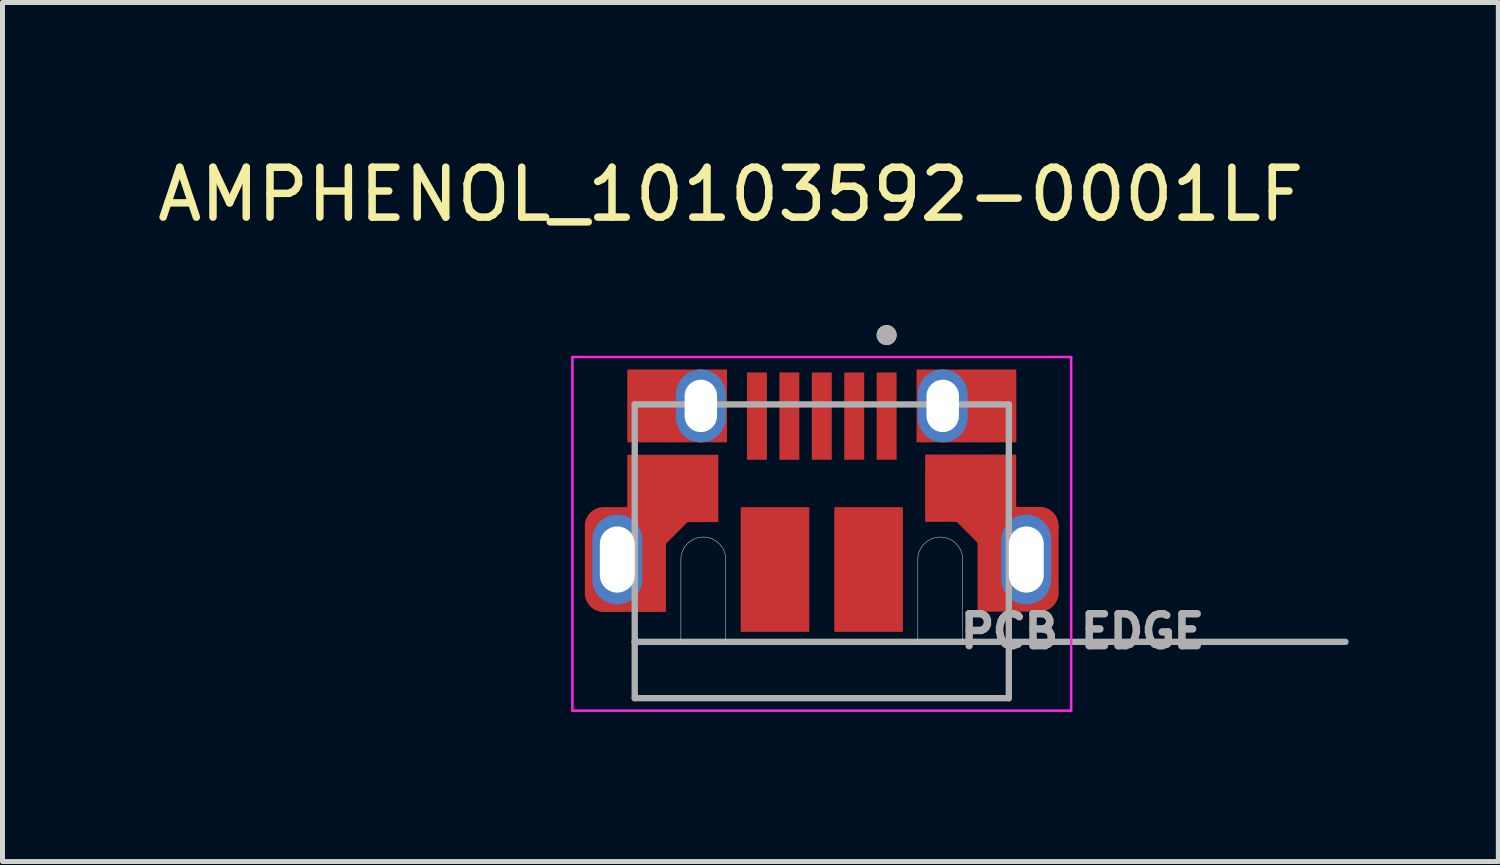
<source format=kicad_pcb>
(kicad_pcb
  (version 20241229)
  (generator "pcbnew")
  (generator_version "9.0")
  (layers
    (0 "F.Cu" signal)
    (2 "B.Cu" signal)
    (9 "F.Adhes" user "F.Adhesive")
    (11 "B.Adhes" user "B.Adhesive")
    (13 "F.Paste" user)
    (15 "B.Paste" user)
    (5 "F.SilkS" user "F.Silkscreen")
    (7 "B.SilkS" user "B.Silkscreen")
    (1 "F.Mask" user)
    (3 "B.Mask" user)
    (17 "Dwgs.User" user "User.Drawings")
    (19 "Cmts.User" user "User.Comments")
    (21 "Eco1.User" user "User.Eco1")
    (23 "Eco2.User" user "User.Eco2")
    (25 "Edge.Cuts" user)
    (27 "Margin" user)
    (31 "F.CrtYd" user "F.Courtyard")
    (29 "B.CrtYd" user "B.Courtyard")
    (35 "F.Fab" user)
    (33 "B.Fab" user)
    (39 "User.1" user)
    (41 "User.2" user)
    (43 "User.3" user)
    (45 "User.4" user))
  (footprint "AMPHENOL_10103592-0001LF"
    (layer "F.Cu")
    (at 13.426 9.818)
    (property "Reference" "AMPHENOL_10103592-0001LF" (at -1.825 -8.97 0) (layer "F.SilkS") (effects (font (size 1 1) (thickness 0.15))))
    (attr through_hole)
    (fp_poly (pts (xy -4 -5.56) (xy -1.8 -5.56) (xy -1.8 -3.9) (xy -4 -3.9)) (stroke (width 0.01) (type solid)) (fill yes) (layer "F.Mask"))
    (fp_poly (pts (xy 4 -5.56) (xy 1.8 -5.56) (xy 1.8 -3.9) (xy 4 -3.9)) (stroke (width 0.01) (type solid)) (fill yes) (layer "F.Mask"))
    (fp_poly (pts (xy -3.025 -0.5) (xy -4.35 -0.5) (xy -4.376 -0.501) (xy -4.402 -0.503) (xy -4.428 -0.506) (xy -4.454 -0.511) (xy -4.479 -0.517) (xy -4.505 -0.524) (xy -4.529 -0.533) (xy -4.553 -0.543) (xy -4.577 -0.554) (xy -4.6 -0.567) (xy -4.622 -0.581) (xy -4.644 -0.595) (xy -4.665 -0.611) (xy -4.685 -0.628) (xy -4.704 -0.646) (xy -4.722 -0.665) (xy -4.739 -0.685) (xy -4.755 -0.706) (xy -4.769 -0.728) (xy -4.783 -0.75) (xy -4.796 -0.773) (xy -4.807 -0.797) (xy -4.817 -0.821) (xy -4.826 -0.845) (xy -4.833 -0.871) (xy -4.839 -0.896) (xy -4.844 -0.922) (xy -4.847 -0.948) (xy -4.849 -0.974) (xy -4.85 -1) (xy -4.85 -2.3) (xy -4.849 -2.326) (xy -4.847 -2.352) (xy -4.844 -2.378) (xy -4.839 -2.404) (xy -4.833 -2.429) (xy -4.826 -2.455) (xy -4.817 -2.479) (xy -4.807 -2.503) (xy -4.796 -2.527) (xy -4.783 -2.55) (xy -4.769 -2.572) (xy -4.755 -2.594) (xy -4.739 -2.615) (xy -4.722 -2.635) (xy -4.704 -2.654) (xy -4.685 -2.672) (xy -4.665 -2.689) (xy -4.644 -2.705) (xy -4.622 -2.719) (xy -4.6 -2.733) (xy -4.577 -2.746) (xy -4.553 -2.757) (xy -4.529 -2.767) (xy -4.505 -2.776) (xy -4.479 -2.783) (xy -4.454 -2.789) (xy -4.428 -2.794) (xy -4.402 -2.797) (xy -4.376 -2.799) (xy -4.35 -2.8) (xy -4 -2.8) (xy -4 -3.85) (xy -1.975 -3.85) (xy -1.975 -2.3) (xy -2.375 -2.3) (xy -2.409 -2.299) (xy -2.443 -2.296) (xy -2.477 -2.292) (xy -2.51 -2.286) (xy -2.543 -2.278) (xy -2.576 -2.268) (xy -2.608 -2.257) (xy -2.639 -2.244) (xy -2.67 -2.229) (xy -2.7 -2.213) (xy -2.729 -2.195) (xy -2.757 -2.176) (xy -2.784 -2.155) (xy -2.81 -2.133) (xy -2.835 -2.11) (xy -2.858 -2.085) (xy -2.88 -2.059) (xy -2.901 -2.032) (xy -2.92 -2.004) (xy -2.938 -1.975) (xy -2.954 -1.945) (xy -2.969 -1.914) (xy -2.982 -1.883) (xy -2.993 -1.851) (xy -3.003 -1.818) (xy -3.011 -1.785) (xy -3.017 -1.752) (xy -3.021 -1.718) (xy -3.024 -1.684) (xy -3.025 -1.65) (xy -3.025 -0.5)) (stroke (width 0.01) (type solid)) (fill yes) (layer "F.Mask"))
    (fp_poly (pts (xy 3.025 -0.5) (xy 4.35 -0.5) (xy 4.376 -0.501) (xy 4.402 -0.503) (xy 4.428 -0.506) (xy 4.454 -0.511) (xy 4.479 -0.517) (xy 4.505 -0.524) (xy 4.529 -0.533) (xy 4.553 -0.543) (xy 4.577 -0.554) (xy 4.6 -0.567) (xy 4.622 -0.581) (xy 4.644 -0.595) (xy 4.665 -0.611) (xy 4.685 -0.628) (xy 4.704 -0.646) (xy 4.722 -0.665) (xy 4.739 -0.685) (xy 4.755 -0.706) (xy 4.769 -0.728) (xy 4.783 -0.75) (xy 4.796 -0.773) (xy 4.807 -0.797) (xy 4.817 -0.821) (xy 4.826 -0.845) (xy 4.833 -0.871) (xy 4.839 -0.896) (xy 4.844 -0.922) (xy 4.847 -0.948) (xy 4.849 -0.974) (xy 4.85 -1) (xy 4.85 -2.3) (xy 4.849 -2.326) (xy 4.847 -2.352) (xy 4.844 -2.378) (xy 4.839 -2.404) (xy 4.833 -2.429) (xy 4.826 -2.455) (xy 4.817 -2.479) (xy 4.807 -2.503) (xy 4.796 -2.527) (xy 4.783 -2.55) (xy 4.769 -2.572) (xy 4.755 -2.594) (xy 4.739 -2.615) (xy 4.722 -2.635) (xy 4.704 -2.654) (xy 4.685 -2.672) (xy 4.665 -2.689) (xy 4.644 -2.705) (xy 4.622 -2.719) (xy 4.6 -2.733) (xy 4.577 -2.746) (xy 4.553 -2.757) (xy 4.529 -2.767) (xy 4.505 -2.776) (xy 4.479 -2.783) (xy 4.454 -2.789) (xy 4.428 -2.794) (xy 4.402 -2.797) (xy 4.376 -2.799) (xy 4.35 -2.8) (xy 4 -2.8) (xy 4 -3.85) (xy 1.975 -3.85) (xy 1.975 -2.3) (xy 2.375 -2.3) (xy 2.409 -2.299) (xy 2.443 -2.296) (xy 2.477 -2.292) (xy 2.51 -2.286) (xy 2.543 -2.278) (xy 2.576 -2.268) (xy 2.608 -2.257) (xy 2.639 -2.244) (xy 2.67 -2.229) (xy 2.7 -2.213) (xy 2.729 -2.195) (xy 2.757 -2.176) (xy 2.784 -2.155) (xy 2.81 -2.133) (xy 2.835 -2.11) (xy 2.858 -2.085) (xy 2.88 -2.059) (xy 2.901 -2.032) (xy 2.92 -2.004) (xy 2.938 -1.975) (xy 2.954 -1.945) (xy 2.969 -1.914) (xy 2.982 -1.883) (xy 2.993 -1.851) (xy 3.003 -1.818) (xy 3.011 -1.785) (xy 3.017 -1.752) (xy 3.021 -1.718) (xy 3.024 -1.684) (xy 3.025 -1.65) (xy 3.025 -0.5)) (stroke (width 0.01) (type solid)) (fill yes) (layer "F.Mask"))
    (fp_circle (center 1.3 -6.15) (end 1.4 -6.15) (stroke (width 0.2) (type solid)) (fill no) (layer "F.SilkS"))
    (fp_poly (pts (xy -3.9 -5.46) (xy -1.9 -5.46) (xy -1.9 -4) (xy -3.9 -4)) (stroke (width 0.01) (type solid)) (fill yes) (layer "F.Paste"))
    (fp_poly (pts (xy 3.9 -5.46) (xy 1.9 -5.46) (xy 1.9 -4) (xy 3.9 -4)) (stroke (width 0.01) (type solid)) (fill yes) (layer "F.Paste"))
    (fp_poly (pts (xy -3.125 -0.6) (xy -4.35 -0.6) (xy -4.371 -0.601) (xy -4.392 -0.602) (xy -4.413 -0.605) (xy -4.433 -0.609) (xy -4.454 -0.614) (xy -4.474 -0.62) (xy -4.493 -0.627) (xy -4.513 -0.635) (xy -4.532 -0.644) (xy -4.55 -0.654) (xy -4.568 -0.665) (xy -4.585 -0.676) (xy -4.602 -0.689) (xy -4.618 -0.703) (xy -4.633 -0.717) (xy -4.647 -0.732) (xy -4.661 -0.748) (xy -4.674 -0.765) (xy -4.685 -0.782) (xy -4.696 -0.8) (xy -4.706 -0.818) (xy -4.715 -0.837) (xy -4.723 -0.857) (xy -4.73 -0.876) (xy -4.736 -0.896) (xy -4.741 -0.917) (xy -4.745 -0.937) (xy -4.748 -0.958) (xy -4.749 -0.979) (xy -4.75 -1) (xy -4.75 -2.3) (xy -4.749 -2.321) (xy -4.748 -2.342) (xy -4.745 -2.363) (xy -4.741 -2.383) (xy -4.736 -2.404) (xy -4.73 -2.424) (xy -4.723 -2.443) (xy -4.715 -2.463) (xy -4.706 -2.482) (xy -4.696 -2.5) (xy -4.685 -2.518) (xy -4.674 -2.535) (xy -4.661 -2.552) (xy -4.647 -2.568) (xy -4.633 -2.583) (xy -4.618 -2.597) (xy -4.602 -2.611) (xy -4.585 -2.624) (xy -4.568 -2.635) (xy -4.55 -2.646) (xy -4.532 -2.656) (xy -4.513 -2.665) (xy -4.493 -2.673) (xy -4.474 -2.68) (xy -4.454 -2.686) (xy -4.433 -2.691) (xy -4.413 -2.695) (xy -4.392 -2.698) (xy -4.371 -2.699) (xy -4.35 -2.7) (xy -3.9 -2.7) (xy -3.9 -3.75) (xy -2.075 -3.75) (xy -2.075 -2.4) (xy -2.375 -2.4) (xy -2.414 -2.399) (xy -2.453 -2.396) (xy -2.492 -2.391) (xy -2.531 -2.384) (xy -2.569 -2.374) (xy -2.607 -2.363) (xy -2.644 -2.35) (xy -2.68 -2.335) (xy -2.715 -2.318) (xy -2.75 -2.3) (xy -2.783 -2.279) (xy -2.816 -2.257) (xy -2.847 -2.233) (xy -2.877 -2.207) (xy -2.905 -2.18) (xy -2.932 -2.152) (xy -2.958 -2.122) (xy -2.982 -2.091) (xy -3.004 -2.058) (xy -3.025 -2.025) (xy -3.043 -1.99) (xy -3.06 -1.955) (xy -3.075 -1.919) (xy -3.088 -1.882) (xy -3.099 -1.844) (xy -3.109 -1.806) (xy -3.116 -1.767) (xy -3.121 -1.728) (xy -3.124 -1.689) (xy -3.125 -1.65) (xy -3.125 -0.6)) (stroke (width 0.01) (type solid)) (fill yes) (layer "F.Paste"))
    (fp_poly (pts (xy 3.125 -0.6) (xy 4.35 -0.6) (xy 4.371 -0.601) (xy 4.392 -0.602) (xy 4.413 -0.605) (xy 4.433 -0.609) (xy 4.454 -0.614) (xy 4.474 -0.62) (xy 4.493 -0.627) (xy 4.513 -0.635) (xy 4.532 -0.644) (xy 4.55 -0.654) (xy 4.568 -0.665) (xy 4.585 -0.676) (xy 4.602 -0.689) (xy 4.618 -0.703) (xy 4.633 -0.717) (xy 4.647 -0.732) (xy 4.661 -0.748) (xy 4.674 -0.765) (xy 4.685 -0.782) (xy 4.696 -0.8) (xy 4.706 -0.818) (xy 4.715 -0.837) (xy 4.723 -0.857) (xy 4.73 -0.876) (xy 4.736 -0.896) (xy 4.741 -0.917) (xy 4.745 -0.937) (xy 4.748 -0.958) (xy 4.749 -0.979) (xy 4.75 -1) (xy 4.75 -2.3) (xy 4.749 -2.321) (xy 4.748 -2.342) (xy 4.745 -2.363) (xy 4.741 -2.383) (xy 4.736 -2.404) (xy 4.73 -2.424) (xy 4.723 -2.443) (xy 4.715 -2.463) (xy 4.706 -2.482) (xy 4.696 -2.5) (xy 4.685 -2.518) (xy 4.674 -2.535) (xy 4.661 -2.552) (xy 4.647 -2.568) (xy 4.633 -2.583) (xy 4.618 -2.597) (xy 4.602 -2.611) (xy 4.585 -2.624) (xy 4.568 -2.635) (xy 4.55 -2.646) (xy 4.532 -2.656) (xy 4.513 -2.665) (xy 4.493 -2.673) (xy 4.474 -2.68) (xy 4.454 -2.686) (xy 4.433 -2.691) (xy 4.413 -2.695) (xy 4.392 -2.698) (xy 4.371 -2.699) (xy 4.35 -2.7) (xy 3.9 -2.7) (xy 3.9 -3.75) (xy 2.075 -3.75) (xy 2.075 -2.4) (xy 2.375 -2.4) (xy 2.414 -2.399) (xy 2.453 -2.396) (xy 2.492 -2.391) (xy 2.531 -2.384) (xy 2.569 -2.374) (xy 2.607 -2.363) (xy 2.644 -2.35) (xy 2.68 -2.335) (xy 2.715 -2.318) (xy 2.75 -2.3) (xy 2.783 -2.279) (xy 2.816 -2.257) (xy 2.847 -2.233) (xy 2.877 -2.207) (xy 2.905 -2.18) (xy 2.932 -2.152) (xy 2.958 -2.122) (xy 2.982 -2.091) (xy 3.004 -2.058) (xy 3.025 -2.025) (xy 3.043 -1.99) (xy 3.06 -1.955) (xy 3.075 -1.919) (xy 3.088 -1.882) (xy 3.099 -1.844) (xy 3.109 -1.806) (xy 3.116 -1.767) (xy 3.121 -1.728) (xy 3.124 -1.689) (xy 3.125 -1.65) (xy 3.125 -0.6)) (stroke (width 0.01) (type solid)) (fill yes) (layer "F.Paste"))
    (fp_line (start -2.825 0) (end -2.825 -1.65) (stroke (width 0.01) (type solid)) (layer "Edge.Cuts"))
    (fp_line (start -1.925 -1.65) (end -1.925 0) (stroke (width 0.01) (type solid)) (layer "Edge.Cuts"))
    (fp_line (start 1.925 -1.65) (end 1.925 0) (stroke (width 0.01) (type solid)) (layer "Edge.Cuts"))
    (fp_line (start 2.825 0) (end 2.825 -1.65) (stroke (width 0.01) (type solid)) (layer "Edge.Cuts"))
    (fp_arc (start -2.825 -1.65) (mid -2.693198 -1.968198) (end -2.375 -2.1) (stroke (width 0.01) (type solid)) (layer "Edge.Cuts"))
    (fp_arc (start -2.375 -2.1) (mid -2.056802 -1.968198) (end -1.925 -1.65) (stroke (width 0.01) (type solid)) (layer "Edge.Cuts"))
    (fp_arc (start 1.925 -1.65) (mid 2.056802 -1.968198) (end 2.375 -2.1) (stroke (width 0.01) (type solid)) (layer "Edge.Cuts"))
    (fp_arc (start 2.375 -2.1) (mid 2.693198 -1.968198) (end 2.825 -1.65) (stroke (width 0.01) (type solid)) (layer "Edge.Cuts"))
    (fp_line (start -5 -5.71) (end -5 1.38) (stroke (width 0.05) (type solid)) (layer "F.CrtYd"))
    (fp_line (start -5 1.38) (end 5 1.38) (stroke (width 0.05) (type solid)) (layer "F.CrtYd"))
    (fp_line (start 5 -5.71) (end -5 -5.71) (stroke (width 0.05) (type solid)) (layer "F.CrtYd"))
    (fp_line (start 5 1.38) (end 5 -5.71) (stroke (width 0.05) (type solid)) (layer "F.CrtYd"))
    (fp_line (start -3.75 -4.76) (end 3.75 -4.76) (stroke (width 0.127) (type solid)) (layer "F.Fab"))
    (fp_line (start -3.75 0) (end -3.75 -4.76) (stroke (width 0.127) (type solid)) (layer "F.Fab"))
    (fp_line (start -3.75 0) (end -3.75 1.13) (stroke (width 0.127) (type solid)) (layer "F.Fab"))
    (fp_line (start 3.75 -4.76) (end 3.75 0) (stroke (width 0.127) (type solid)) (layer "F.Fab"))
    (fp_line (start 3.75 0) (end -3.75 0) (stroke (width 0.127) (type solid)) (layer "F.Fab"))
    (fp_line (start 3.75 0) (end 3.75 1.13) (stroke (width 0.127) (type solid)) (layer "F.Fab"))
    (fp_line (start 3.75 0) (end 10.5 0) (stroke (width 0.127) (type solid)) (layer "F.Fab"))
    (fp_line (start 3.75 1.13) (end -3.75 1.13) (stroke (width 0.127) (type solid)) (layer "F.Fab"))
    (fp_circle (center 1.3 -6.15) (end 1.4 -6.15) (stroke (width 0.2) (type solid)) (fill no) (layer "F.Fab"))
    (fp_poly (pts (xy -3.125 -0.6) (xy -4.35 -0.6) (xy -4.371 -0.601) (xy -4.392 -0.602) (xy -4.413 -0.605) (xy -4.433 -0.609) (xy -4.454 -0.614) (xy -4.474 -0.62) (xy -4.493 -0.627) (xy -4.513 -0.635) (xy -4.532 -0.644) (xy -4.55 -0.654) (xy -4.568 -0.665) (xy -4.585 -0.676) (xy -4.602 -0.689) (xy -4.618 -0.703) (xy -4.633 -0.717) (xy -4.647 -0.732) (xy -4.661 -0.748) (xy -4.674 -0.765) (xy -4.685 -0.782) (xy -4.696 -0.8) (xy -4.706 -0.818) (xy -4.715 -0.837) (xy -4.723 -0.857) (xy -4.73 -0.876) (xy -4.736 -0.896) (xy -4.741 -0.917) (xy -4.745 -0.937) (xy -4.748 -0.958) (xy -4.749 -0.979) (xy -4.75 -1) (xy -4.75 -2.3) (xy -4.749 -2.321) (xy -4.748 -2.342) (xy -4.745 -2.363) (xy -4.741 -2.383) (xy -4.736 -2.404) (xy -4.73 -2.424) (xy -4.723 -2.443) (xy -4.715 -2.463) (xy -4.706 -2.482) (xy -4.696 -2.5) (xy -4.685 -2.518) (xy -4.674 -2.535) (xy -4.661 -2.552) (xy -4.647 -2.568) (xy -4.633 -2.583) (xy -4.618 -2.597) (xy -4.602 -2.611) (xy -4.585 -2.624) (xy -4.568 -2.635) (xy -4.55 -2.646) (xy -4.532 -2.656) (xy -4.513 -2.665) (xy -4.493 -2.673) (xy -4.474 -2.68) (xy -4.454 -2.686) (xy -4.433 -2.691) (xy -4.413 -2.695) (xy -4.392 -2.698) (xy -4.371 -2.699) (xy -4.35 -2.7) (xy -3.9 -2.7) (xy -3.9 -3.75) (xy -2.075 -3.75) (xy -2.075 -2.4) (xy -2.375 -2.4) (xy -2.414 -2.399) (xy -2.453 -2.396) (xy -2.492 -2.391) (xy -2.531 -2.384) (xy -2.569 -2.374) (xy -2.607 -2.363) (xy -2.644 -2.35) (xy -2.68 -2.335) (xy -2.715 -2.318) (xy -2.75 -2.3) (xy -2.783 -2.279) (xy -2.816 -2.257) (xy -2.847 -2.233) (xy -2.877 -2.207) (xy -2.905 -2.18) (xy -2.932 -2.152) (xy -2.958 -2.122) (xy -2.982 -2.091) (xy -3.004 -2.058) (xy -3.025 -2.025) (xy -3.043 -1.99) (xy -3.06 -1.955) (xy -3.075 -1.919) (xy -3.088 -1.882) (xy -3.099 -1.844) (xy -3.109 -1.806) (xy -3.116 -1.767) (xy -3.121 -1.728) (xy -3.124 -1.689) (xy -3.125 -1.65) (xy -3.125 -0.6)) (stroke (width 0.01) (type solid)) (fill no) (layer "User.1"))
    (fp_text user "PCB EDGE" (at 5.225 -0.212 0) (layer "F.Fab") (effects (font (size 0.64 0.64) (thickness 0.15))))
    (pad "1" smd rect (at 1.3 -4.525) (size 0.4 1.75) (layers "F.Cu" "F.Mask" "F.Paste"))
    (pad "2" smd rect (at 0.65 -4.525) (size 0.4 1.75) (layers "F.Cu" "F.Mask" "F.Paste"))
    (pad "3" smd rect (at 0 -4.525) (size 0.4 1.75) (layers "F.Cu" "F.Mask" "F.Paste"))
    (pad "4" smd rect (at -0.65 -4.525) (size 0.4 1.75) (layers "F.Cu" "F.Mask" "F.Paste"))
    (pad "5" smd rect (at -1.3 -4.525) (size 0.4 1.75) (layers "F.Cu" "F.Mask" "F.Paste"))
    (pad "6" smd circle (at -4.375 -2.325) (size 0.75 0.75) (layers "F.Cu" "F.Mask" "F.Paste"))
    (pad "6" smd circle (at -4.375 -0.975) (size 0.75 0.75) (layers "F.Cu" "F.Mask" "F.Paste"))
    (pad "6" smd rect (at -4.112 -1.625) (size 1.275 1.4) (layers "F.Cu" "F.Mask" "F.Paste"))
    (pad "6" thru_hole oval (at -4.1 -1.65) (size 1 1.8) (drill oval 0.7 1.326) (layers "*.Cu" "*.Mask"))
    (pad "6" smd rect (at -3.75 -1.65) (size 1.25 2.1) (layers "F.Cu" "F.Mask" "F.Paste"))
    (pad "6" smd rect (at -3.07 -2.32 135) (size 0.424 1.46) (layers "F.Cu" "F.Mask" "F.Paste"))
    (pad "6" smd rect (at -2.987 -3.075) (size 1.825 1.35) (layers "F.Cu" "F.Mask" "F.Paste"))
    (pad "6" smd rect (at -2.9 -4.73) (size 2 1.46) (layers "F.Cu" "F.Mask" "F.Paste"))
    (pad "6" thru_hole oval (at -2.425 -4.73) (size 1 1.46) (drill oval 0.65 1.05) (layers "*.Cu" "*.Mask"))
    (pad "6" smd rect (at -0.938 -1.45) (size 1.375 2.5) (layers "F.Cu" "F.Mask" "F.Paste"))
    (pad "6" smd rect (at 0.938 -1.45) (size 1.375 2.5) (layers "F.Cu" "F.Mask" "F.Paste"))
    (pad "6" thru_hole oval (at 2.425 -4.73) (size 1 1.46) (drill oval 0.65 1.05) (layers "*.Cu" "*.Mask"))
    (pad "6" smd rect (at 2.9 -4.73) (size 2 1.46) (layers "F.Cu" "F.Mask" "F.Paste"))
    (pad "6" smd rect (at 2.98 -2.43 225) (size 0.424 1.46) (layers "F.Cu" "F.Mask" "F.Paste"))
    (pad "6" smd rect (at 2.985 -3.08) (size 1.825 1.35) (layers "F.Cu" "F.Mask" "F.Paste"))
    (pad "6" smd rect (at 3.748 -1.655) (size 1.25 2.1) (layers "F.Cu" "F.Mask" "F.Paste"))
    (pad "6" thru_hole oval (at 4.1 -1.65) (size 1 1.8) (drill oval 0.7 1.326) (layers "*.Cu" "*.Mask"))
    (pad "6" smd rect (at 4.11 -1.63) (size 1.275 1.4) (layers "F.Cu" "F.Mask" "F.Paste"))
    (pad "6" smd circle (at 4.372 -2.33) (size 0.75 0.75) (layers "F.Cu" "F.Mask" "F.Paste"))
    (pad "6" smd circle (at 4.372 -0.98) (size 0.75 0.75) (layers "F.Cu" "F.Mask" "F.Paste")))
  (gr_rect
    (start -3 -3)
    (end 26.99 14.223)
    (stroke (width 0.1) (type default))
    (fill no)
    (layer "Edge.Cuts")))
</source>
